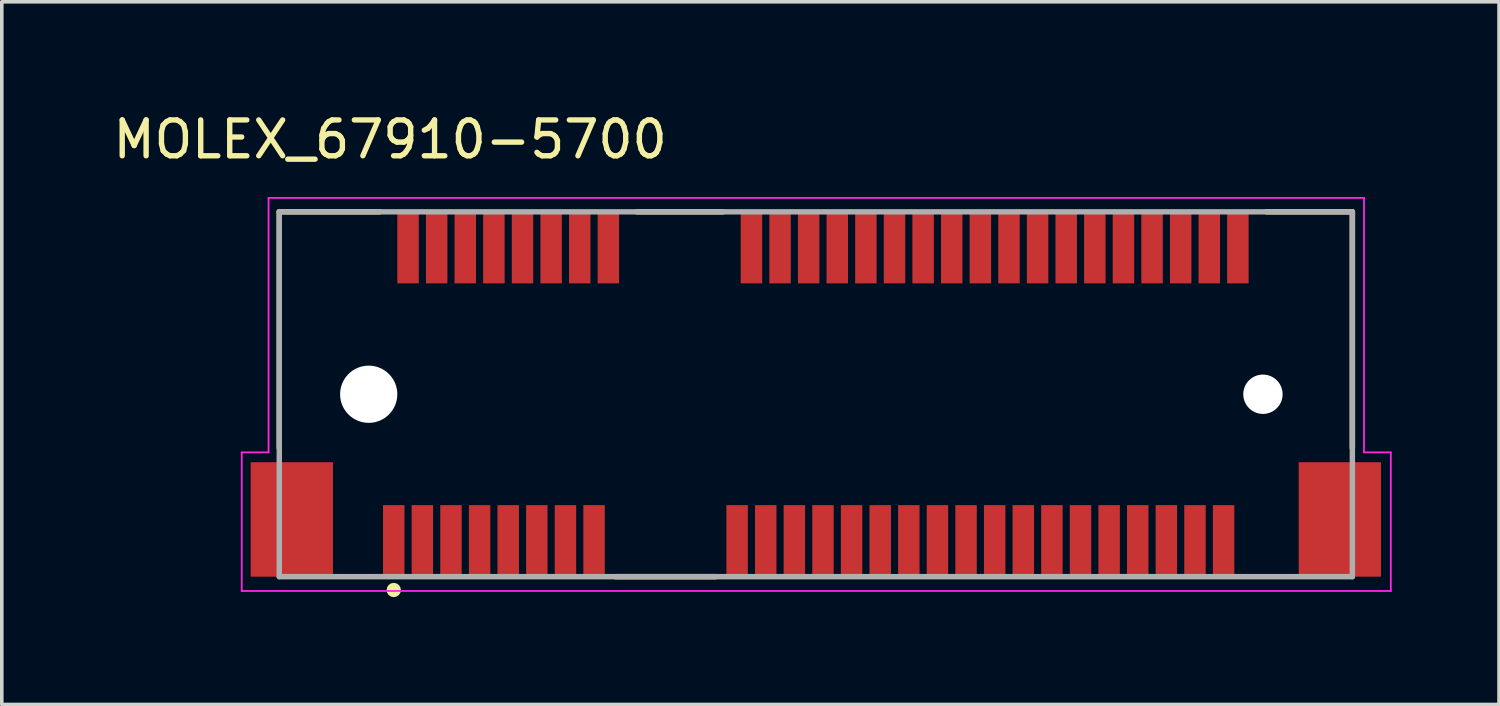
<source format=kicad_pcb>
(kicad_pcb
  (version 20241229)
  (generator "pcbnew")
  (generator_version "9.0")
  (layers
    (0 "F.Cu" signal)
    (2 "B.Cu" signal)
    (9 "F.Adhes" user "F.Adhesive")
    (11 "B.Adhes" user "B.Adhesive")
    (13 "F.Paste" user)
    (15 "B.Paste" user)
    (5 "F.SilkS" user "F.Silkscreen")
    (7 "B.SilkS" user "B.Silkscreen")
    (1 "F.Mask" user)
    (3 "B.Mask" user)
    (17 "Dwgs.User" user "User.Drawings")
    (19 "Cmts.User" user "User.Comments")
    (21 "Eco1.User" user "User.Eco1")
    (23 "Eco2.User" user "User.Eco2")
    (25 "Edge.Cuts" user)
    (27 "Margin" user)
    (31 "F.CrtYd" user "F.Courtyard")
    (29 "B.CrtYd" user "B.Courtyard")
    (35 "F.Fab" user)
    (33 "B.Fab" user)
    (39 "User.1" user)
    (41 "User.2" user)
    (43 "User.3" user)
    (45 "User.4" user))
  (footprint "MOLEX_67910-5700"
    (layer "F.Cu")
    (at 17.958 7.972)
    (property "Reference" "MOLEX_67910-5700" (at -10.1 -7.123 0) (layer "F.SilkS") (effects (font (size 1.002 1.002) (thickness 0.15))))
    (attr through_hole)
    (fp_line (start -13.2 -5.1) (end -10.4 -5.1) (stroke (width 0.152) (type solid)) (layer "F.SilkS"))
    (fp_line (start -13.2 1.5) (end -13.2 -5.1) (stroke (width 0.152) (type solid)) (layer "F.SilkS"))
    (fp_line (start -3.2 -5.1) (end -0.8 -5.1) (stroke (width 0.152) (type solid)) (layer "F.SilkS"))
    (fp_line (start -1 5.1) (end -3.8 5.1) (stroke (width 0.152) (type solid)) (layer "F.SilkS"))
    (fp_line (start 14.4 -5.1) (end 16.8 -5.1) (stroke (width 0.152) (type solid)) (layer "F.SilkS"))
    (fp_line (start 16.8 -5.1) (end 16.8 1.5) (stroke (width 0.152) (type solid)) (layer "F.SilkS"))
    (fp_circle (center -10 5.473) (end -9.9 5.473) (stroke (width 0.2) (type solid)) (fill no) (layer "F.SilkS"))
    (fp_line (start -14.25 1.625) (end -13.5 1.625) (stroke (width 0.05) (type solid)) (layer "F.CrtYd"))
    (fp_line (start -14.25 5.5) (end -14.25 1.625) (stroke (width 0.05) (type solid)) (layer "F.CrtYd"))
    (fp_line (start -13.5 -5.49) (end 17.125 -5.49) (stroke (width 0.05) (type solid)) (layer "F.CrtYd"))
    (fp_line (start -13.5 1.625) (end -13.5 -5.49) (stroke (width 0.05) (type solid)) (layer "F.CrtYd"))
    (fp_line (start 17.125 -5.49) (end 17.125 1.625) (stroke (width 0.05) (type solid)) (layer "F.CrtYd"))
    (fp_line (start 17.125 1.625) (end 17.875 1.625) (stroke (width 0.05) (type solid)) (layer "F.CrtYd"))
    (fp_line (start 17.875 1.625) (end 17.875 5.5) (stroke (width 0.05) (type solid)) (layer "F.CrtYd"))
    (fp_line (start 17.875 5.5) (end -14.25 5.5) (stroke (width 0.05) (type solid)) (layer "F.CrtYd"))
    (fp_line (start -13.2 -5.1) (end 16.8 -5.1) (stroke (width 0.152) (type solid)) (layer "F.Fab"))
    (fp_line (start -13.2 5.1) (end -13.2 -5.1) (stroke (width 0.152) (type solid)) (layer "F.Fab"))
    (fp_line (start 16.8 -5.1) (end 16.8 5.1) (stroke (width 0.152) (type solid)) (layer "F.Fab"))
    (fp_line (start 16.8 5.1) (end -13.2 5.1) (stroke (width 0.152) (type solid)) (layer "F.Fab"))
    (pad "" np_thru_hole circle (at -10.7 0) (size 1.6 1.6) (drill 1.6) (layers "*.Cu" "*.Mask"))
    (pad "" np_thru_hole circle (at 14.3 0) (size 1.1 1.1) (drill 1.1) (layers "*.Cu" "*.Mask"))
    (pad "1" smd rect (at -10 4.1) (size 0.6 2) (layers "F.Cu" "F.Mask" "F.Paste"))
    (pad "2" smd rect (at -9.6 -4.1) (size 0.6 2) (layers "F.Cu" "F.Mask" "F.Paste"))
    (pad "3" smd rect (at -9.2 4.1) (size 0.6 2) (layers "F.Cu" "F.Mask" "F.Paste"))
    (pad "4" smd rect (at -8.8 -4.1) (size 0.6 2) (layers "F.Cu" "F.Mask" "F.Paste"))
    (pad "5" smd rect (at -8.4 4.1) (size 0.6 2) (layers "F.Cu" "F.Mask" "F.Paste"))
    (pad "6" smd rect (at -8 -4.1) (size 0.6 2) (layers "F.Cu" "F.Mask" "F.Paste"))
    (pad "7" smd rect (at -7.6 4.1) (size 0.6 2) (layers "F.Cu" "F.Mask" "F.Paste"))
    (pad "8" smd rect (at -7.2 -4.1) (size 0.6 2) (layers "F.Cu" "F.Mask" "F.Paste"))
    (pad "9" smd rect (at -6.8 4.1) (size 0.6 2) (layers "F.Cu" "F.Mask" "F.Paste"))
    (pad "10" smd rect (at -6.4 -4.1) (size 0.6 2) (layers "F.Cu" "F.Mask" "F.Paste"))
    (pad "11" smd rect (at -6 4.1) (size 0.6 2) (layers "F.Cu" "F.Mask" "F.Paste"))
    (pad "12" smd rect (at -5.6 -4.1) (size 0.6 2) (layers "F.Cu" "F.Mask" "F.Paste"))
    (pad "13" smd rect (at -5.2 4.1) (size 0.6 2) (layers "F.Cu" "F.Mask" "F.Paste"))
    (pad "14" smd rect (at -4.8 -4.1) (size 0.6 2) (layers "F.Cu" "F.Mask" "F.Paste"))
    (pad "15" smd rect (at -4.4 4.1) (size 0.6 2) (layers "F.Cu" "F.Mask" "F.Paste"))
    (pad "16" smd rect (at -4 -4.1) (size 0.6 2) (layers "F.Cu" "F.Mask" "F.Paste"))
    (pad "17" smd rect (at -0.4 4.1) (size 0.6 2) (layers "F.Cu" "F.Mask" "F.Paste"))
    (pad "18" smd rect (at 0 -4.1) (size 0.6 2) (layers "F.Cu" "F.Mask" "F.Paste"))
    (pad "19" smd rect (at 0.4 4.1) (size 0.6 2) (layers "F.Cu" "F.Mask" "F.Paste"))
    (pad "20" smd rect (at 0.8 -4.1) (size 0.6 2) (layers "F.Cu" "F.Mask" "F.Paste"))
    (pad "21" smd rect (at 1.2 4.1) (size 0.6 2) (layers "F.Cu" "F.Mask" "F.Paste"))
    (pad "22" smd rect (at 1.6 -4.1) (size 0.6 2) (layers "F.Cu" "F.Mask" "F.Paste"))
    (pad "23" smd rect (at 2 4.1) (size 0.6 2) (layers "F.Cu" "F.Mask" "F.Paste"))
    (pad "24" smd rect (at 2.4 -4.1) (size 0.6 2) (layers "F.Cu" "F.Mask" "F.Paste"))
    (pad "25" smd rect (at 2.8 4.1) (size 0.6 2) (layers "F.Cu" "F.Mask" "F.Paste"))
    (pad "26" smd rect (at 3.2 -4.1) (size 0.6 2) (layers "F.Cu" "F.Mask" "F.Paste"))
    (pad "27" smd rect (at 3.6 4.1) (size 0.6 2) (layers "F.Cu" "F.Mask" "F.Paste"))
    (pad "28" smd rect (at 4 -4.1) (size 0.6 2) (layers "F.Cu" "F.Mask" "F.Paste"))
    (pad "29" smd rect (at 4.4 4.1) (size 0.6 2) (layers "F.Cu" "F.Mask" "F.Paste"))
    (pad "30" smd rect (at 4.8 -4.1) (size 0.6 2) (layers "F.Cu" "F.Mask" "F.Paste"))
    (pad "31" smd rect (at 5.2 4.1) (size 0.6 2) (layers "F.Cu" "F.Mask" "F.Paste"))
    (pad "32" smd rect (at 5.6 -4.1) (size 0.6 2) (layers "F.Cu" "F.Mask" "F.Paste"))
    (pad "33" smd rect (at 6 4.1) (size 0.6 2) (layers "F.Cu" "F.Mask" "F.Paste"))
    (pad "34" smd rect (at 6.4 -4.1) (size 0.6 2) (layers "F.Cu" "F.Mask" "F.Paste"))
    (pad "35" smd rect (at 6.8 4.1) (size 0.6 2) (layers "F.Cu" "F.Mask" "F.Paste"))
    (pad "36" smd rect (at 7.2 -4.1) (size 0.6 2) (layers "F.Cu" "F.Mask" "F.Paste"))
    (pad "37" smd rect (at 7.6 4.1) (size 0.6 2) (layers "F.Cu" "F.Mask" "F.Paste"))
    (pad "38" smd rect (at 8 -4.1) (size 0.6 2) (layers "F.Cu" "F.Mask" "F.Paste"))
    (pad "39" smd rect (at 8.4 4.1) (size 0.6 2) (layers "F.Cu" "F.Mask" "F.Paste"))
    (pad "40" smd rect (at 8.8 -4.1) (size 0.6 2) (layers "F.Cu" "F.Mask" "F.Paste"))
    (pad "41" smd rect (at 9.2 4.1) (size 0.6 2) (layers "F.Cu" "F.Mask" "F.Paste"))
    (pad "42" smd rect (at 9.6 -4.1) (size 0.6 2) (layers "F.Cu" "F.Mask" "F.Paste"))
    (pad "43" smd rect (at 10 4.1) (size 0.6 2) (layers "F.Cu" "F.Mask" "F.Paste"))
    (pad "44" smd rect (at 10.4 -4.1) (size 0.6 2) (layers "F.Cu" "F.Mask" "F.Paste"))
    (pad "45" smd rect (at 10.8 4.1) (size 0.6 2) (layers "F.Cu" "F.Mask" "F.Paste"))
    (pad "46" smd rect (at 11.2 -4.1) (size 0.6 2) (layers "F.Cu" "F.Mask" "F.Paste"))
    (pad "47" smd rect (at 11.6 4.1) (size 0.6 2) (layers "F.Cu" "F.Mask" "F.Paste"))
    (pad "48" smd rect (at 12 -4.1) (size 0.6 2) (layers "F.Cu" "F.Mask" "F.Paste"))
    (pad "49" smd rect (at 12.4 4.1) (size 0.6 2) (layers "F.Cu" "F.Mask" "F.Paste"))
    (pad "50" smd rect (at 12.8 -4.1) (size 0.6 2) (layers "F.Cu" "F.Mask" "F.Paste"))
    (pad "51" smd rect (at 13.2 4.1) (size 0.6 2) (layers "F.Cu" "F.Mask" "F.Paste"))
    (pad "52" smd rect (at 13.6 -4.1) (size 0.6 2) (layers "F.Cu" "F.Mask" "F.Paste"))
    (pad "53" smd rect (at -12.85 3.5) (size 2.3 3.2) (layers "F.Cu" "F.Mask" "F.Paste"))
    (pad "54" smd rect (at 16.45 3.5) (size 2.3 3.2) (layers "F.Cu" "F.Mask" "F.Paste")))
  (gr_rect
    (start -3 -3)
    (end 38.858 16.645)
    (stroke (width 0.1) (type default))
    (fill no)
    (layer "Edge.Cuts")))
</source>
